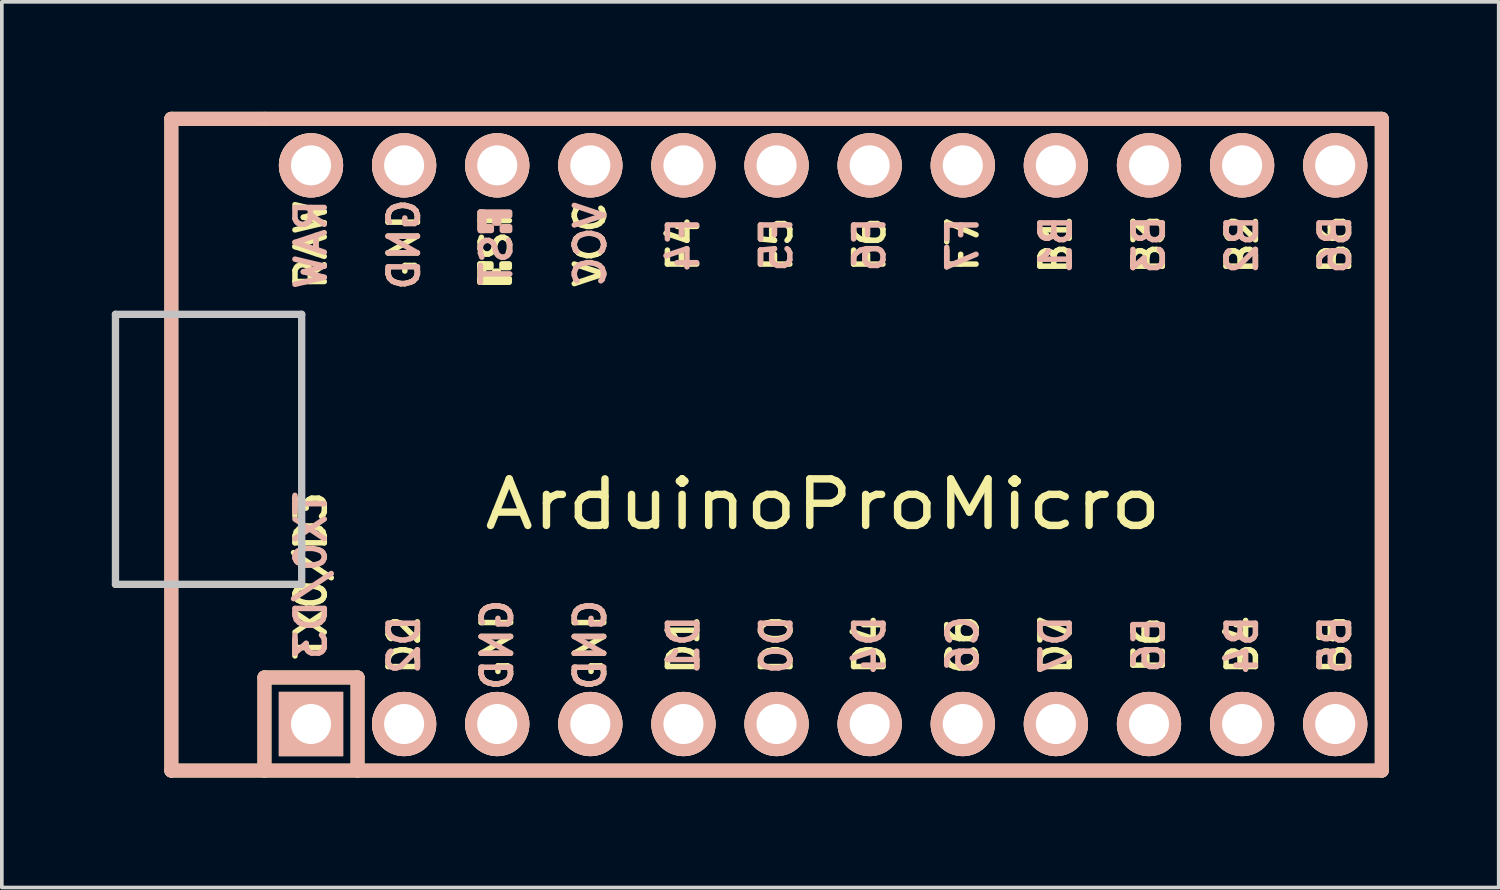
<source format=kicad_pcb>
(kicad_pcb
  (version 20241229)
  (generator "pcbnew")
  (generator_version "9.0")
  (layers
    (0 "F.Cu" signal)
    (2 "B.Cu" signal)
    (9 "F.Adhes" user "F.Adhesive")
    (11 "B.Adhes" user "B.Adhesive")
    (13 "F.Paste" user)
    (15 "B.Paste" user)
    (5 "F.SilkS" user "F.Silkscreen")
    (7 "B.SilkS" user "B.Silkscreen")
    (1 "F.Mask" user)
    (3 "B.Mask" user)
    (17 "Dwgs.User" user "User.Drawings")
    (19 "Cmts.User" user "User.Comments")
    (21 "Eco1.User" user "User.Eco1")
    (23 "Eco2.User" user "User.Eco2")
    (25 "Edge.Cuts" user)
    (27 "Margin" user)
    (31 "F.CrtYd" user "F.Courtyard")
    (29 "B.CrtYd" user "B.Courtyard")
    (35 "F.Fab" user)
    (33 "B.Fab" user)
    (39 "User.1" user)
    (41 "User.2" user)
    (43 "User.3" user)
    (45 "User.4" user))
  (footprint "ArduinoProMicro"
    (layer "F.Cu")
    (at 19.404 9.081)
    (property "Reference" "ArduinoProMicro" (at 0 1.625 0) (layer "F.SilkS") (effects (font (size 1.27 1.524) (thickness 0.203))))
    (attr through_hole)
    (fp_line (start -17.78 -8.89) (end -17.78 8.89) (stroke (width 0.381) (type solid)) (layer "F.SilkS"))
    (fp_line (start -17.78 8.89) (end -15.24 8.89) (stroke (width 0.381) (type solid)) (layer "F.SilkS"))
    (fp_line (start -15.24 -8.89) (end -17.78 -8.89) (stroke (width 0.381) (type solid)) (layer "F.SilkS"))
    (fp_line (start -15.24 6.35) (end -15.24 8.89) (stroke (width 0.381) (type solid)) (layer "F.SilkS"))
    (fp_line (start -15.24 6.35) (end -12.7 6.35) (stroke (width 0.381) (type solid)) (layer "F.SilkS"))
    (fp_line (start -15.24 8.89) (end 15.24 8.89) (stroke (width 0.381) (type solid)) (layer "F.SilkS"))
    (fp_line (start -12.7 6.35) (end -12.7 8.89) (stroke (width 0.381) (type solid)) (layer "F.SilkS"))
    (fp_line (start 15.24 -8.89) (end -15.24 -8.89) (stroke (width 0.381) (type solid)) (layer "F.SilkS"))
    (fp_line (start 15.24 8.89) (end 15.24 -8.89) (stroke (width 0.381) (type solid)) (layer "F.SilkS"))
    (fp_poly (pts (xy -9.361 -4.932) (xy -9.261 -4.932) (xy -9.261 -4.432) (xy -9.361 -4.432)) (stroke (width 0.15) (type solid)) (fill yes) (layer "F.SilkS"))
    (fp_poly (pts (xy -9.361 -4.932) (xy -9.061 -4.932) (xy -9.061 -4.832) (xy -9.361 -4.832)) (stroke (width 0.15) (type solid)) (fill yes) (layer "F.SilkS"))
    (fp_poly (pts (xy -9.361 -4.532) (xy -8.561 -4.532) (xy -8.561 -4.432) (xy -9.361 -4.432)) (stroke (width 0.15) (type solid)) (fill yes) (layer "F.SilkS"))
    (fp_poly (pts (xy -8.961 -4.732) (xy -8.861 -4.732) (xy -8.861 -4.632) (xy -8.961 -4.632)) (stroke (width 0.15) (type solid)) (fill yes) (layer "F.SilkS"))
    (fp_poly (pts (xy -8.761 -4.932) (xy -8.561 -4.932) (xy -8.561 -4.832) (xy -8.761 -4.832)) (stroke (width 0.15) (type solid)) (fill yes) (layer "F.SilkS"))
    (fp_line (start -17.78 -8.89) (end -17.78 8.89) (stroke (width 0.381) (type solid)) (layer "B.SilkS"))
    (fp_line (start -17.78 8.89) (end 15.24 8.89) (stroke (width 0.381) (type solid)) (layer "B.SilkS"))
    (fp_line (start -15.24 6.35) (end -15.24 8.89) (stroke (width 0.381) (type solid)) (layer "B.SilkS"))
    (fp_line (start -15.24 6.35) (end -12.7 6.35) (stroke (width 0.381) (type solid)) (layer "B.SilkS"))
    (fp_line (start -12.7 6.35) (end -12.7 8.89) (stroke (width 0.381) (type solid)) (layer "B.SilkS"))
    (fp_line (start 15.24 -8.89) (end -17.78 -8.89) (stroke (width 0.381) (type solid)) (layer "B.SilkS"))
    (fp_line (start 15.24 8.89) (end 15.24 -8.89) (stroke (width 0.381) (type solid)) (layer "B.SilkS"))
    (fp_poly (pts (xy -9.351 -6.245) (xy -8.551 -6.245) (xy -8.551 -6.345) (xy -9.351 -6.345)) (stroke (width 0.15) (type solid)) (fill yes) (layer "B.SilkS"))
    (fp_poly (pts (xy -9.351 -5.845) (xy -9.251 -5.845) (xy -9.251 -6.345) (xy -9.351 -6.345)) (stroke (width 0.15) (type solid)) (fill yes) (layer "B.SilkS"))
    (fp_poly (pts (xy -9.351 -5.845) (xy -9.051 -5.845) (xy -9.051 -5.945) (xy -9.351 -5.945)) (stroke (width 0.15) (type solid)) (fill yes) (layer "B.SilkS"))
    (fp_poly (pts (xy -8.951 -6.045) (xy -8.851 -6.045) (xy -8.851 -6.145) (xy -8.951 -6.145)) (stroke (width 0.15) (type solid)) (fill yes) (layer "B.SilkS"))
    (fp_poly (pts (xy -8.751 -5.845) (xy -8.551 -5.845) (xy -8.551 -5.945) (xy -8.751 -5.945)) (stroke (width 0.15) (type solid)) (fill yes) (layer "B.SilkS"))
    (fp_line (start -19.304 -3.556) (end -14.224 -3.556) (stroke (width 0.2) (type solid)) (layer "Dwgs.User"))
    (fp_line (start -19.304 3.81) (end -19.304 -3.556) (stroke (width 0.2) (type solid)) (layer "Dwgs.User"))
    (fp_line (start -14.224 -3.556) (end -14.224 3.81) (stroke (width 0.2) (type solid)) (layer "Dwgs.User"))
    (fp_line (start -14.224 3.81) (end -19.304 3.81) (stroke (width 0.2) (type solid)) (layer "Dwgs.User"))
    (fp_text user "ST" (at -8.92 -5.733 90) (layer "F.SilkS") (effects (font (size 0.8 0.8) (thickness 0.15))))
    (fp_text user "B2" (at 11.43 -5.461 90) (layer "F.SilkS") (effects (font (size 0.8 0.8) (thickness 0.15))))
    (fp_text user "D2" (at -11.43 5.461 90) (layer "F.SilkS") (effects (font (size 0.8 0.8) (thickness 0.15))))
    (fp_text user "F4" (at -3.81 -5.461 90) (layer "F.SilkS") (effects (font (size 0.8 0.8) (thickness 0.15))))
    (fp_text user "D0" (at -1.27 5.461 90) (layer "F.SilkS") (effects (font (size 0.8 0.8) (thickness 0.15))))
    (fp_text user "C6" (at 3.81 5.461 90) (layer "F.SilkS") (effects (font (size 0.8 0.8) (thickness 0.15))))
    (fp_text user "GND" (at -8.89 5.461 90) (layer "F.SilkS") (effects (font (size 0.8 0.8) (thickness 0.15))))
    (fp_text user "D7" (at 6.35 5.461 90) (layer "F.SilkS") (effects (font (size 0.8 0.8) (thickness 0.15))))
    (fp_text user "B5" (at 13.97 5.461 90) (layer "F.SilkS") (effects (font (size 0.8 0.8) (thickness 0.15))))
    (fp_text user "GND" (at -6.35 5.461 90) (layer "F.SilkS") (effects (font (size 0.8 0.8) (thickness 0.15))))
    (fp_text user "RAW" (at -13.97 -5.461 90) (layer "F.SilkS") (effects (font (size 0.8 0.8) (thickness 0.15))))
    (fp_text user "D4" (at 1.27 5.461 90) (layer "F.SilkS") (effects (font (size 0.8 0.8) (thickness 0.15))))
    (fp_text user "GND" (at -11.43 -5.461 90) (layer "F.SilkS") (effects (font (size 0.8 0.8) (thickness 0.15))))
    (fp_text user "B1" (at 6.35 -5.461 90) (layer "F.SilkS") (effects (font (size 0.8 0.8) (thickness 0.15))))
    (fp_text user "F7" (at 3.81 -5.461 90) (layer "F.SilkS") (effects (font (size 0.8 0.8) (thickness 0.15))))
    (fp_text user "TX0/D3" (at -13.97 3.572 90) (layer "F.SilkS") (effects (font (size 0.8 0.8) (thickness 0.15))))
    (fp_text user "F5" (at -1.27 -5.461 90) (layer "F.SilkS") (effects (font (size 0.8 0.8) (thickness 0.15))))
    (fp_text user "VCC" (at -6.35 -5.461 90) (layer "F.SilkS") (effects (font (size 0.8 0.8) (thickness 0.15))))
    (fp_text user "D1" (at -3.81 5.461 90) (layer "F.SilkS") (effects (font (size 0.8 0.8) (thickness 0.15))))
    (fp_text user "B6" (at 13.97 -5.461 90) (layer "F.SilkS") (effects (font (size 0.8 0.8) (thickness 0.15))))
    (fp_text user "B4" (at 11.43 5.461 90) (layer "F.SilkS") (effects (font (size 0.8 0.8) (thickness 0.15))))
    (fp_text user "F6" (at 1.27 -5.461 90) (layer "F.SilkS") (effects (font (size 0.8 0.8) (thickness 0.15))))
    (fp_text user "B3" (at 8.89 -5.461 90) (layer "F.SilkS") (effects (font (size 0.8 0.8) (thickness 0.15))))
    (fp_text user "E6" (at 8.89 5.461 90) (layer "F.SilkS") (effects (font (size 0.8 0.8) (thickness 0.15))))
    (fp_text user "D2" (at -11.43 5.461 90) (layer "B.SilkS") (effects (font (size 0.8 0.8) (thickness 0.15)) (justify mirror)))
    (fp_text user "D7" (at 6.35 5.461 90) (layer "B.SilkS") (effects (font (size 0.8 0.8) (thickness 0.15)) (justify mirror)))
    (fp_text user "B4" (at 11.43 5.461 90) (layer "B.SilkS") (effects (font (size 0.8 0.8) (thickness 0.15)) (justify mirror)))
    (fp_text user "B6" (at 13.97 -5.461 90) (layer "B.SilkS") (effects (font (size 0.8 0.8) (thickness 0.15)) (justify mirror)))
    (fp_text user "D1" (at -3.81 5.461 90) (layer "B.SilkS") (effects (font (size 0.8 0.8) (thickness 0.15)) (justify mirror)))
    (fp_text user "TX0/D3" (at -13.97 3.572 90) (layer "B.SilkS") (effects (font (size 0.8 0.8) (thickness 0.15)) (justify mirror)))
    (fp_text user "E6" (at 8.89 5.461 90) (layer "B.SilkS") (effects (font (size 0.8 0.8) (thickness 0.15)) (justify mirror)))
    (fp_text user "B2" (at 11.43 -5.461 90) (layer "B.SilkS") (effects (font (size 0.8 0.8) (thickness 0.15)) (justify mirror)))
    (fp_text user "GND" (at -11.43 -5.461 90) (layer "B.SilkS") (effects (font (size 0.8 0.8) (thickness 0.15)) (justify mirror)))
    (fp_text user "GND" (at -8.89 5.461 90) (layer "B.SilkS") (effects (font (size 0.8 0.8) (thickness 0.15)) (justify mirror)))
    (fp_text user "F6" (at 1.27 -5.461 90) (layer "B.SilkS") (effects (font (size 0.8 0.8) (thickness 0.15)) (justify mirror)))
    (fp_text user "VCC" (at -6.35 -5.461 90) (layer "B.SilkS") (effects (font (size 0.8 0.8) (thickness 0.15)) (justify mirror)))
    (fp_text user "GND" (at -6.35 5.461 90) (layer "B.SilkS") (effects (font (size 0.8 0.8) (thickness 0.15)) (justify mirror)))
    (fp_text user "F5" (at -1.27 -5.461 90) (layer "B.SilkS") (effects (font (size 0.8 0.8) (thickness 0.15)) (justify mirror)))
    (fp_text user "C6" (at 3.81 5.461 90) (layer "B.SilkS") (effects (font (size 0.8 0.8) (thickness 0.15)) (justify mirror)))
    (fp_text user "ST" (at -8.91 -5.04 90) (layer "B.SilkS") (effects (font (size 0.8 0.8) (thickness 0.15)) (justify mirror)))
    (fp_text user "B1" (at 6.35 -5.461 90) (layer "B.SilkS") (effects (font (size 0.8 0.8) (thickness 0.15)) (justify mirror)))
    (fp_text user "F7" (at 3.81 -5.461 90) (layer "B.SilkS") (effects (font (size 0.8 0.8) (thickness 0.15)) (justify mirror)))
    (fp_text user "B3" (at 8.89 -5.461 90) (layer "B.SilkS") (effects (font (size 0.8 0.8) (thickness 0.15)) (justify mirror)))
    (fp_text user "RAW" (at -13.97 -5.461 90) (layer "B.SilkS") (effects (font (size 0.8 0.8) (thickness 0.15)) (justify mirror)))
    (fp_text user "D4" (at 1.27 5.461 90) (layer "B.SilkS") (effects (font (size 0.8 0.8) (thickness 0.15)) (justify mirror)))
    (fp_text user "F4" (at -3.81 -5.461 90) (layer "B.SilkS") (effects (font (size 0.8 0.8) (thickness 0.15)) (justify mirror)))
    (fp_text user "D0" (at -1.27 5.461 90) (layer "B.SilkS") (effects (font (size 0.8 0.8) (thickness 0.15)) (justify mirror)))
    (fp_text user "B5" (at 13.97 5.461 90) (layer "B.SilkS") (effects (font (size 0.8 0.8) (thickness 0.15)) (justify mirror)))
    (pad "1" thru_hole rect (at -13.97 7.62) (size 1.753 1.753) (drill 1.092) (layers "*.Cu" "*.SilkS" "*.Mask"))
    (pad "2" thru_hole circle (at -11.43 7.62) (size 1.753 1.753) (drill 1.092) (layers "*.Cu" "*.SilkS" "*.Mask"))
    (pad "3" thru_hole circle (at -8.89 7.62) (size 1.753 1.753) (drill 1.092) (layers "*.Cu" "*.SilkS" "*.Mask"))
    (pad "4" thru_hole circle (at -6.35 7.62) (size 1.753 1.753) (drill 1.092) (layers "*.Cu" "*.SilkS" "*.Mask"))
    (pad "5" thru_hole circle (at -3.81 7.62) (size 1.753 1.753) (drill 1.092) (layers "*.Cu" "*.SilkS" "*.Mask"))
    (pad "6" thru_hole circle (at -1.27 7.62) (size 1.753 1.753) (drill 1.092) (layers "*.Cu" "*.SilkS" "*.Mask"))
    (pad "7" thru_hole circle (at 1.27 7.62) (size 1.753 1.753) (drill 1.092) (layers "*.Cu" "*.SilkS" "*.Mask"))
    (pad "8" thru_hole circle (at 3.81 7.62) (size 1.753 1.753) (drill 1.092) (layers "*.Cu" "*.SilkS" "*.Mask"))
    (pad "9" thru_hole circle (at 6.35 7.62) (size 1.753 1.753) (drill 1.092) (layers "*.Cu" "*.SilkS" "*.Mask"))
    (pad "10" thru_hole circle (at 8.89 7.62) (size 1.753 1.753) (drill 1.092) (layers "*.Cu" "*.SilkS" "*.Mask"))
    (pad "11" thru_hole circle (at 11.43 7.62) (size 1.753 1.753) (drill 1.092) (layers "*.Cu" "*.SilkS" "*.Mask"))
    (pad "12" thru_hole circle (at 13.97 7.62) (size 1.753 1.753) (drill 1.092) (layers "*.Cu" "*.SilkS" "*.Mask"))
    (pad "13" thru_hole circle (at 13.97 -7.62) (size 1.753 1.753) (drill 1.092) (layers "*.Cu" "*.SilkS" "*.Mask"))
    (pad "14" thru_hole circle (at 11.43 -7.62) (size 1.753 1.753) (drill 1.092) (layers "*.Cu" "*.SilkS" "*.Mask"))
    (pad "15" thru_hole circle (at 8.89 -7.62) (size 1.753 1.753) (drill 1.092) (layers "*.Cu" "*.SilkS" "*.Mask"))
    (pad "16" thru_hole circle (at 6.35 -7.62) (size 1.753 1.753) (drill 1.092) (layers "*.Cu" "*.SilkS" "*.Mask"))
    (pad "17" thru_hole circle (at 3.81 -7.62) (size 1.753 1.753) (drill 1.092) (layers "*.Cu" "*.SilkS" "*.Mask"))
    (pad "18" thru_hole circle (at 1.27 -7.62) (size 1.753 1.753) (drill 1.092) (layers "*.Cu" "*.SilkS" "*.Mask"))
    (pad "19" thru_hole circle (at -1.27 -7.62) (size 1.753 1.753) (drill 1.092) (layers "*.Cu" "*.SilkS" "*.Mask"))
    (pad "20" thru_hole circle (at -3.81 -7.62) (size 1.753 1.753) (drill 1.092) (layers "*.Cu" "*.SilkS" "*.Mask"))
    (pad "21" thru_hole circle (at -6.35 -7.62) (size 1.753 1.753) (drill 1.092) (layers "*.Cu" "*.SilkS" "*.Mask"))
    (pad "22" thru_hole circle (at -8.89 -7.62) (size 1.753 1.753) (drill 1.092) (layers "*.Cu" "*.SilkS" "*.Mask"))
    (pad "23" thru_hole circle (at -11.43 -7.62) (size 1.753 1.753) (drill 1.092) (layers "*.Cu" "*.SilkS" "*.Mask"))
    (pad "24" thru_hole circle (at -13.97 -7.62) (size 1.753 1.753) (drill 1.092) (layers "*.Cu" "*.SilkS" "*.Mask")))
  (gr_rect
    (start -3 -3)
    (end 37.834 21.161)
    (stroke (width 0.1) (type default))
    (fill no)
    (layer "Edge.Cuts")))
</source>
